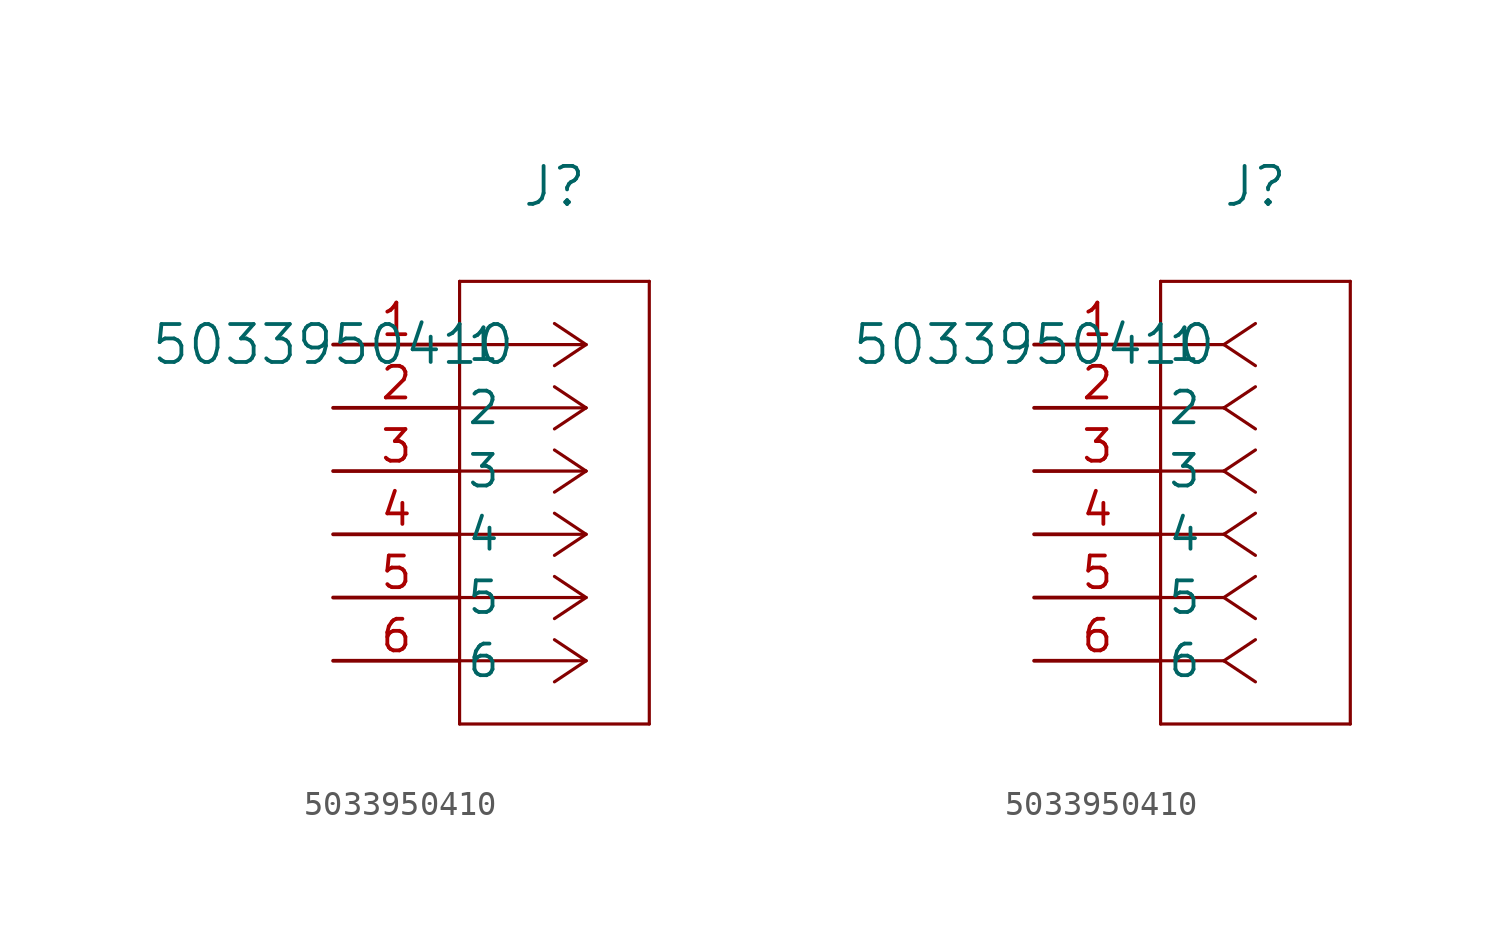
<source format=kicad_sym>
(kicad_symbol_lib
  (version 20211014)
  (generator kicad_symbol_editor)
  (symbol "5033950410"
    (pin_names
      (offset 0.254))
    (property "Reference" "J"
      (at 8.89 6.35 0)
      (effects (font (size 1.524 1.524))))
    (property "Value" "5033950410"
      (at 0 0 0)
      (effects (font (size 1.524 1.524))))
    (symbol "5033950410_1_1"
      (polyline (pts (xy 10.16 0) (xy 5.08 0)) (stroke (width 0.127) (type default) (color 0 0 0 0)) (fill (type none)))
      (polyline (pts (xy 10.16 -2.54) (xy 5.08 -2.54)) (stroke (width 0.127) (type default) (color 0 0 0 0)) (fill (type none)))
      (polyline (pts (xy 10.16 -5.08) (xy 5.08 -5.08)) (stroke (width 0.127) (type default) (color 0 0 0 0)) (fill (type none)))
      (polyline (pts (xy 10.16 -7.62) (xy 5.08 -7.62)) (stroke (width 0.127) (type default) (color 0 0 0 0)) (fill (type none)))
      (polyline (pts (xy 10.16 -10.16) (xy 5.08 -10.16)) (stroke (width 0.127) (type default) (color 0 0 0 0)) (fill (type none)))
      (polyline (pts (xy 10.16 -12.7) (xy 5.08 -12.7)) (stroke (width 0.127) (type default) (color 0 0 0 0)) (fill (type none)))
      (polyline (pts (xy 10.16 0) (xy 8.89 0.847)) (stroke (width 0.127) (type default) (color 0 0 0 0)) (fill (type none)))
      (polyline (pts (xy 10.16 -2.54) (xy 8.89 -1.693)) (stroke (width 0.127) (type default) (color 0 0 0 0)) (fill (type none)))
      (polyline (pts (xy 10.16 -5.08) (xy 8.89 -4.233)) (stroke (width 0.127) (type default) (color 0 0 0 0)) (fill (type none)))
      (polyline (pts (xy 10.16 -7.62) (xy 8.89 -6.773)) (stroke (width 0.127) (type default) (color 0 0 0 0)) (fill (type none)))
      (polyline (pts (xy 10.16 -10.16) (xy 8.89 -9.313)) (stroke (width 0.127) (type default) (color 0 0 0 0)) (fill (type none)))
      (polyline (pts (xy 10.16 -12.7) (xy 8.89 -11.853)) (stroke (width 0.127) (type default) (color 0 0 0 0)) (fill (type none)))
      (polyline (pts (xy 10.16 0) (xy 8.89 -0.847)) (stroke (width 0.127) (type default) (color 0 0 0 0)) (fill (type none)))
      (polyline (pts (xy 10.16 -2.54) (xy 8.89 -3.387)) (stroke (width 0.127) (type default) (color 0 0 0 0)) (fill (type none)))
      (polyline (pts (xy 10.16 -5.08) (xy 8.89 -5.927)) (stroke (width 0.127) (type default) (color 0 0 0 0)) (fill (type none)))
      (polyline (pts (xy 10.16 -7.62) (xy 8.89 -8.467)) (stroke (width 0.127) (type default) (color 0 0 0 0)) (fill (type none)))
      (polyline (pts (xy 10.16 -10.16) (xy 8.89 -11.007)) (stroke (width 0.127) (type default) (color 0 0 0 0)) (fill (type none)))
      (polyline (pts (xy 10.16 -12.7) (xy 8.89 -13.547)) (stroke (width 0.127) (type default) (color 0 0 0 0)) (fill (type none)))
      (polyline (pts (xy 5.08 2.54) (xy 5.08 -15.24)) (stroke (width 0.127) (type default) (color 0 0 0 0)) (fill (type none)))
      (polyline (pts (xy 5.08 -15.24) (xy 12.7 -15.24)) (stroke (width 0.127) (type default) (color 0 0 0 0)) (fill (type none)))
      (polyline (pts (xy 12.7 -15.24) (xy 12.7 2.54)) (stroke (width 0.127) (type default) (color 0 0 0 0)) (fill (type none)))
      (polyline (pts (xy 12.7 2.54) (xy 5.08 2.54)) (stroke (width 0.127) (type default) (color 0 0 0 0)) (fill (type none)))
      (pin unspecified line (at 0 0 0) (length 5.08) (name "1" (effects (font (size 1.27 1.27)))) (number "1" (effects (font (size 1.27 1.27)))))
      (pin unspecified line (at 0 -2.54 0) (length 5.08) (name "2" (effects (font (size 1.27 1.27)))) (number "2" (effects (font (size 1.27 1.27)))))
      (pin unspecified line (at 0 -5.08 0) (length 5.08) (name "3" (effects (font (size 1.27 1.27)))) (number "3" (effects (font (size 1.27 1.27)))))
      (pin unspecified line (at 0 -7.62 0) (length 5.08) (name "4" (effects (font (size 1.27 1.27)))) (number "4" (effects (font (size 1.27 1.27)))))
      (pin unspecified line (at 0 -10.16 0) (length 5.08) (name "5" (effects (font (size 1.27 1.27)))) (number "5" (effects (font (size 1.27 1.27)))))
      (pin unspecified line (at 0 -12.7 0) (length 5.08) (name "6" (effects (font (size 1.27 1.27)))) (number "6" (effects (font (size 1.27 1.27))))))
    (symbol "5033950410_1_2"
      (polyline (pts (xy 7.62 0) (xy 5.08 0)) (stroke (width 0.127) (type default) (color 0 0 0 0)) (fill (type none)))
      (polyline (pts (xy 7.62 -2.54) (xy 5.08 -2.54)) (stroke (width 0.127) (type default) (color 0 0 0 0)) (fill (type none)))
      (polyline (pts (xy 7.62 -5.08) (xy 5.08 -5.08)) (stroke (width 0.127) (type default) (color 0 0 0 0)) (fill (type none)))
      (polyline (pts (xy 7.62 -7.62) (xy 5.08 -7.62)) (stroke (width 0.127) (type default) (color 0 0 0 0)) (fill (type none)))
      (polyline (pts (xy 7.62 -10.16) (xy 5.08 -10.16)) (stroke (width 0.127) (type default) (color 0 0 0 0)) (fill (type none)))
      (polyline (pts (xy 7.62 -12.7) (xy 5.08 -12.7)) (stroke (width 0.127) (type default) (color 0 0 0 0)) (fill (type none)))
      (polyline (pts (xy 7.62 0) (xy 8.89 0.847)) (stroke (width 0.127) (type default) (color 0 0 0 0)) (fill (type none)))
      (polyline (pts (xy 7.62 -2.54) (xy 8.89 -1.693)) (stroke (width 0.127) (type default) (color 0 0 0 0)) (fill (type none)))
      (polyline (pts (xy 7.62 -5.08) (xy 8.89 -4.233)) (stroke (width 0.127) (type default) (color 0 0 0 0)) (fill (type none)))
      (polyline (pts (xy 7.62 -7.62) (xy 8.89 -6.773)) (stroke (width 0.127) (type default) (color 0 0 0 0)) (fill (type none)))
      (polyline (pts (xy 7.62 -10.16) (xy 8.89 -9.313)) (stroke (width 0.127) (type default) (color 0 0 0 0)) (fill (type none)))
      (polyline (pts (xy 7.62 -12.7) (xy 8.89 -11.853)) (stroke (width 0.127) (type default) (color 0 0 0 0)) (fill (type none)))
      (polyline (pts (xy 7.62 0) (xy 8.89 -0.847)) (stroke (width 0.127) (type default) (color 0 0 0 0)) (fill (type none)))
      (polyline (pts (xy 7.62 -2.54) (xy 8.89 -3.387)) (stroke (width 0.127) (type default) (color 0 0 0 0)) (fill (type none)))
      (polyline (pts (xy 7.62 -5.08) (xy 8.89 -5.927)) (stroke (width 0.127) (type default) (color 0 0 0 0)) (fill (type none)))
      (polyline (pts (xy 7.62 -7.62) (xy 8.89 -8.467)) (stroke (width 0.127) (type default) (color 0 0 0 0)) (fill (type none)))
      (polyline (pts (xy 7.62 -10.16) (xy 8.89 -11.007)) (stroke (width 0.127) (type default) (color 0 0 0 0)) (fill (type none)))
      (polyline (pts (xy 7.62 -12.7) (xy 8.89 -13.547)) (stroke (width 0.127) (type default) (color 0 0 0 0)) (fill (type none)))
      (polyline (pts (xy 5.08 2.54) (xy 5.08 -15.24)) (stroke (width 0.127) (type default) (color 0 0 0 0)) (fill (type none)))
      (polyline (pts (xy 5.08 -15.24) (xy 12.7 -15.24)) (stroke (width 0.127) (type default) (color 0 0 0 0)) (fill (type none)))
      (polyline (pts (xy 12.7 -15.24) (xy 12.7 2.54)) (stroke (width 0.127) (type default) (color 0 0 0 0)) (fill (type none)))
      (polyline (pts (xy 12.7 2.54) (xy 5.08 2.54)) (stroke (width 0.127) (type default) (color 0 0 0 0)) (fill (type none)))
      (pin unspecified line (at 0 0 0) (length 5.08) (name "1" (effects (font (size 1.27 1.27)))) (number "1" (effects (font (size 1.27 1.27)))))
      (pin unspecified line (at 0 -2.54 0) (length 5.08) (name "2" (effects (font (size 1.27 1.27)))) (number "2" (effects (font (size 1.27 1.27)))))
      (pin unspecified line (at 0 -5.08 0) (length 5.08) (name "3" (effects (font (size 1.27 1.27)))) (number "3" (effects (font (size 1.27 1.27)))))
      (pin unspecified line (at 0 -7.62 0) (length 5.08) (name "4" (effects (font (size 1.27 1.27)))) (number "4" (effects (font (size 1.27 1.27)))))
      (pin unspecified line (at 0 -10.16 0) (length 5.08) (name "5" (effects (font (size 1.27 1.27)))) (number "5" (effects (font (size 1.27 1.27)))))
      (pin unspecified line (at 0 -12.7 0) (length 5.08) (name "6" (effects (font (size 1.27 1.27)))) (number "6" (effects (font (size 1.27 1.27))))))))
</source>
